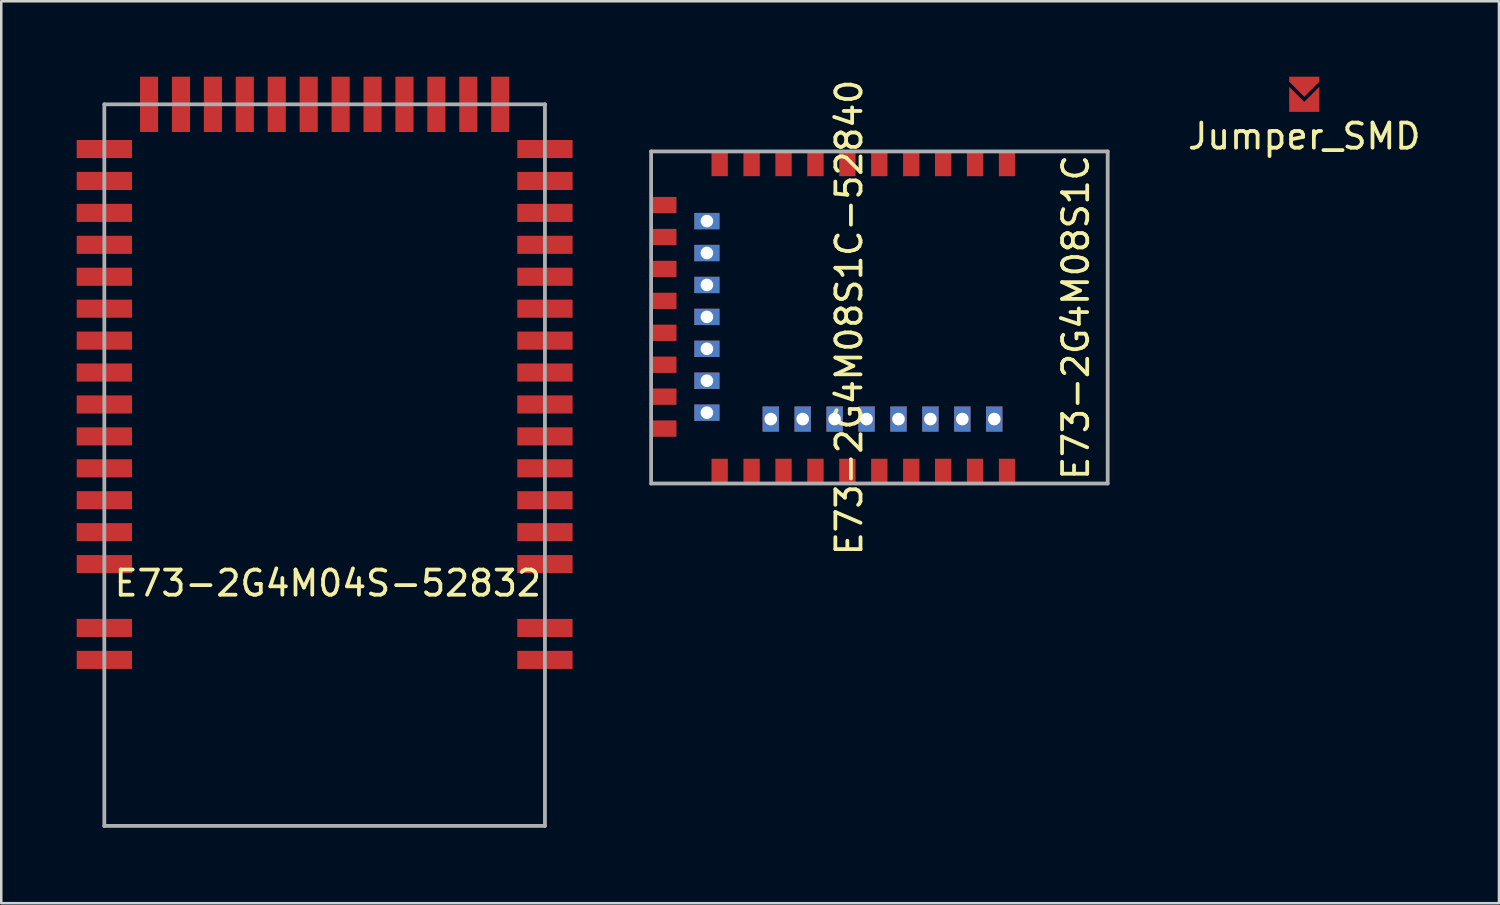
<source format=kicad_pcb>
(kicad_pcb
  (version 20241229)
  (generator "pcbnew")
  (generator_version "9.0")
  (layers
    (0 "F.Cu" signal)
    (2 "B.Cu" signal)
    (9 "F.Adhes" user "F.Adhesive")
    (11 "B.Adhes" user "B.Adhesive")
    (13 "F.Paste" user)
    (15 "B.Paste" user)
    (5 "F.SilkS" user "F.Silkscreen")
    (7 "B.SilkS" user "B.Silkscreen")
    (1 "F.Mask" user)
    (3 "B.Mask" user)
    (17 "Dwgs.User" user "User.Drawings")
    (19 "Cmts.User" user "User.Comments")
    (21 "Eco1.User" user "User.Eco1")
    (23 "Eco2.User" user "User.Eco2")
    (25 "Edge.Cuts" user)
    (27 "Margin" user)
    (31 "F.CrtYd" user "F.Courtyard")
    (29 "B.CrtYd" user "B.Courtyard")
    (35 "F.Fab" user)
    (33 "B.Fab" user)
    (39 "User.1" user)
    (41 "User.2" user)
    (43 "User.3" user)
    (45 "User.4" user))
  (footprint "E73-2G4M08S1C-52840"
    (layer "F.Cu")
    (at 22.976 9.578)
    (property "Reference" "E73-2G4M08S1C-52840" (at 7.747 -0.000467 270) (layer "F.SilkS") (effects (font (size 1 1) (thickness 0.15))))
    (attr through_hole)
    (fp_line (start -0.127 -6.604) (end -0.127 6.604) (stroke (width 0.15) (type solid)) (layer "F.Fab"))
    (fp_line (start -0.127 6.604) (end 18.034 6.604) (stroke (width 0.15) (type solid)) (layer "F.Fab"))
    (fp_line (start 18.034 -6.604) (end -0.127 -6.604) (stroke (width 0.15) (type solid)) (layer "F.Fab"))
    (fp_line (start 18.034 6.604) (end 18.034 -6.604) (stroke (width 0.15) (type solid)) (layer "F.Fab"))
    (fp_text user "E73-2G4M08S1C" (at 16.764 -0.000467 90) (layer "F.SilkS") (effects (font (size 1 1) (thickness 0.15))))
    (pad "1" smd rect (at 14.03 -6.119) (size 0.65 1) (layers "F.Cu" "F.Mask" "F.Paste"))
    (pad "2" smd rect (at 12.76 -6.119) (size 0.65 1) (layers "F.Cu" "F.Mask" "F.Paste"))
    (pad "3" smd rect (at 11.49 -6.119) (size 0.65 1) (layers "F.Cu" "F.Mask" "F.Paste"))
    (pad "4" smd rect (at 10.22 -6.119) (size 0.65 1) (layers "F.Cu" "F.Mask" "F.Paste"))
    (pad "5" smd rect (at 8.95 -6.119) (size 0.65 1) (layers "F.Cu" "F.Mask" "F.Paste"))
    (pad "6" smd rect (at 7.68 -6.119) (size 0.65 1) (layers "F.Cu" "F.Mask" "F.Paste"))
    (pad "7" smd rect (at 6.41 -6.119) (size 0.65 1) (layers "F.Cu" "F.Mask" "F.Paste"))
    (pad "8" smd rect (at 5.14 -6.119) (size 0.65 1) (layers "F.Cu" "F.Mask" "F.Paste"))
    (pad "9" smd rect (at 3.87 -6.119) (size 0.65 1) (layers "F.Cu" "F.Mask" "F.Paste"))
    (pad "10" smd rect (at 2.6 -6.119) (size 0.65 1) (layers "F.Cu" "F.Mask" "F.Paste"))
    (pad "11" smd rect (at 0.381 -4.47 90) (size 0.65 1) (layers "F.Cu" "F.Mask" "F.Paste"))
    (pad "12" thru_hole rect (at 2.092 -3.833 90) (size 0.65 1) (drill 0.5) (layers "*.Cu" "*.Mask"))
    (pad "13" smd rect (at 0.381 -3.2 90) (size 0.65 1) (layers "F.Cu" "F.Mask" "F.Paste"))
    (pad "14" thru_hole rect (at 2.092 -2.563 90) (size 0.65 1) (drill 0.5) (layers "*.Cu" "*.Mask"))
    (pad "15" smd rect (at 0.381 -1.93 90) (size 0.65 1) (layers "F.Cu" "F.Mask" "F.Paste"))
    (pad "16" thru_hole rect (at 2.092 -1.293 90) (size 0.65 1) (drill 0.5) (layers "*.Cu" "*.Mask"))
    (pad "17" smd rect (at 0.381 -0.66 90) (size 0.65 1) (layers "F.Cu" "F.Mask" "F.Paste"))
    (pad "18" thru_hole rect (at 2.092 -0.023 90) (size 0.65 1) (drill 0.5) (layers "*.Cu" "*.Mask"))
    (pad "19" smd rect (at 0.381 0.61 90) (size 0.65 1) (layers "F.Cu" "F.Mask" "F.Paste"))
    (pad "20" thru_hole rect (at 2.092 1.247 90) (size 0.65 1) (drill 0.5) (layers "*.Cu" "*.Mask"))
    (pad "21" smd rect (at 0.381 1.88 90) (size 0.65 1) (layers "F.Cu" "F.Mask" "F.Paste"))
    (pad "22" thru_hole rect (at 2.092 2.517 90) (size 0.65 1) (drill 0.5) (layers "*.Cu" "*.Mask"))
    (pad "23" smd rect (at 0.381 3.15 90) (size 0.65 1) (layers "F.Cu" "F.Mask" "F.Paste"))
    (pad "24" thru_hole rect (at 2.092 3.787 90) (size 0.65 1) (drill 0.5) (layers "*.Cu" "*.Mask"))
    (pad "25" smd rect (at 0.381 4.42 90) (size 0.65 1) (layers "F.Cu" "F.Mask" "F.Paste"))
    (pad "26" smd rect (at 2.6 6.119) (size 0.65 1) (layers "F.Cu" "F.Mask" "F.Paste"))
    (pad "27" smd rect (at 3.87 6.119) (size 0.65 1) (layers "F.Cu" "F.Mask" "F.Paste"))
    (pad "28" thru_hole rect (at 4.632 4.041) (size 0.65 1) (drill 0.5) (layers "*.Cu" "*.Mask"))
    (pad "29" smd rect (at 5.14 6.119) (size 0.65 1) (layers "F.Cu" "F.Mask" "F.Paste"))
    (pad "30" thru_hole rect (at 5.902 4.041) (size 0.65 1) (drill 0.5) (layers "*.Cu" "*.Mask"))
    (pad "31" smd rect (at 6.41 6.119) (size 0.65 1) (layers "F.Cu" "F.Mask" "F.Paste"))
    (pad "32" thru_hole rect (at 7.172 4.041) (size 0.65 1) (drill 0.5) (layers "*.Cu" "*.Mask"))
    (pad "33" smd rect (at 7.68 6.119) (size 0.65 1) (layers "F.Cu" "F.Mask" "F.Paste"))
    (pad "34" thru_hole rect (at 8.442 4.041) (size 0.65 1) (drill 0.5) (layers "*.Cu" "*.Mask"))
    (pad "35" smd rect (at 8.95 6.119) (size 0.65 1) (layers "F.Cu" "F.Mask" "F.Paste"))
    (pad "36" thru_hole rect (at 9.712 4.041) (size 0.65 1) (drill 0.5) (layers "*.Cu" "*.Mask"))
    (pad "37" smd rect (at 10.22 6.119) (size 0.65 1) (layers "F.Cu" "F.Mask" "F.Paste"))
    (pad "38" thru_hole rect (at 10.982 4.041) (size 0.65 1) (drill 0.5) (layers "*.Cu" "*.Mask"))
    (pad "39" smd rect (at 11.49 6.119) (size 0.65 1) (layers "F.Cu" "F.Mask" "F.Paste"))
    (pad "40" thru_hole rect (at 12.252 4.041) (size 0.65 1) (drill 0.5) (layers "*.Cu" "*.Mask"))
    (pad "41" smd rect (at 12.76 6.119) (size 0.65 1) (layers "F.Cu" "F.Mask" "F.Paste"))
    (pad "42" thru_hole rect (at 13.522 4.041) (size 0.65 1) (drill 0.5) (layers "*.Cu" "*.Mask"))
    (pad "43" smd rect (at 14.03 6.119) (size 0.65 1) (layers "F.Cu" "F.Mask" "F.Paste")))
  (footprint "Jumper_SMD"
    (layer "F.Cu")
    (at 48.829 0.5)
    (property "Reference" "Jumper_SMD" (at 0 1.87 0) (layer "F.SilkS") (effects (font (size 1 1) (thickness 0.15))))
    (attr through_hole)
    (pad "1" smd custom (at 0 -0.1) (size 0.1 0.1) (layers "F.Cu" "F.Mask") (options (anchor rect)) (primitives (gr_poly (pts (xy 0.6 -0.2) (xy 0 0.4) (xy -0.6 -0.2) (xy -0.6 -0.4) (xy 0.6 -0.4)) (width 0) (fill yes))))
    (pad "2" smd custom (at 0 0.8) (size 0.1 0.1) (layers "F.Cu" "F.Mask") (options (anchor rect)) (primitives (gr_poly (pts (xy 0.6 0.1) (xy -0.6 0.1) (xy -0.6 -0.9) (xy 0 -0.3) (xy 0.6 -0.9)) (width 0) (fill yes)))))
  (footprint "E73-2G4M04S-52832"
    (layer "F.Cu")
    (at 9.99 15.324)
    (property "Reference" "E73-2G4M04S-52832" (at 0 4.826 0) (layer "F.SilkS") (effects (font (size 1 1) (thickness 0.15))))
    (attr through_hole)
    (fp_line (start -8.89 -14.224) (end -8.89 14.478) (stroke (width 0.15) (type solid)) (layer "F.Fab"))
    (fp_line (start -8.89 -14.224) (end 8.636 -14.224) (stroke (width 0.15) (type solid)) (layer "F.Fab"))
    (fp_line (start -8.89 14.478) (end 8.636 14.478) (stroke (width 0.15) (type solid)) (layer "F.Fab"))
    (fp_line (start 8.636 -14.224) (end 8.636 14.478) (stroke (width 0.15) (type solid)) (layer "F.Fab"))
    (pad "0" smd rect (at 8.636 7.874) (size 2.2 0.72) (layers "F.Cu" "F.Mask" "F.Paste"))
    (pad "1" smd rect (at 8.636 6.604) (size 2.2 0.72) (layers "F.Cu" "F.Mask" "F.Paste"))
    (pad "2" smd rect (at 8.636 4.064) (size 2.2 0.72) (layers "F.Cu" "F.Mask" "F.Paste"))
    (pad "3" smd rect (at 8.636 2.794) (size 2.2 0.72) (layers "F.Cu" "F.Mask" "F.Paste"))
    (pad "4" smd rect (at 8.636 1.524) (size 2.2 0.72) (layers "F.Cu" "F.Mask" "F.Paste"))
    (pad "5" smd rect (at 8.636 0.254) (size 2.2 0.72) (layers "F.Cu" "F.Mask" "F.Paste"))
    (pad "6" smd rect (at 8.636 -1.016) (size 2.2 0.72) (layers "F.Cu" "F.Mask" "F.Paste"))
    (pad "7" smd rect (at 8.636 -2.286) (size 2.2 0.72) (layers "F.Cu" "F.Mask" "F.Paste"))
    (pad "8" smd rect (at 8.636 -3.556) (size 2.2 0.72) (layers "F.Cu" "F.Mask" "F.Paste"))
    (pad "9" smd rect (at 8.636 -4.826) (size 2.2 0.72) (layers "F.Cu" "F.Mask" "F.Paste"))
    (pad "10" smd rect (at 8.636 -6.096) (size 2.2 0.72) (layers "F.Cu" "F.Mask" "F.Paste"))
    (pad "11" smd rect (at 8.636 -7.366) (size 2.2 0.72) (layers "F.Cu" "F.Mask" "F.Paste"))
    (pad "12" smd rect (at 8.636 -8.636) (size 2.2 0.72) (layers "F.Cu" "F.Mask" "F.Paste"))
    (pad "13" smd rect (at 8.636 -9.906) (size 2.2 0.72) (layers "F.Cu" "F.Mask" "F.Paste"))
    (pad "14" smd rect (at 8.636 -11.176) (size 2.2 0.72) (layers "F.Cu" "F.Mask" "F.Paste"))
    (pad "15" smd rect (at 8.636 -12.446) (size 2.2 0.72) (layers "F.Cu" "F.Mask" "F.Paste"))
    (pad "16" smd rect (at 6.858 -14.224) (size 0.72 2.2) (layers "F.Cu" "F.Mask" "F.Paste"))
    (pad "17" smd rect (at 5.588 -14.224) (size 0.72 2.2) (layers "F.Cu" "F.Mask" "F.Paste"))
    (pad "18" smd rect (at 4.318 -14.224) (size 0.72 2.2) (layers "F.Cu" "F.Mask" "F.Paste"))
    (pad "19" smd rect (at 3.048 -14.224) (size 0.72 2.2) (layers "F.Cu" "F.Mask" "F.Paste"))
    (pad "20" smd rect (at 1.778 -14.224) (size 0.72 2.2) (layers "F.Cu" "F.Mask" "F.Paste"))
    (pad "21" smd rect (at 0.508 -14.224) (size 0.72 2.2) (layers "F.Cu" "F.Mask" "F.Paste"))
    (pad "22" smd rect (at -0.762 -14.224) (size 0.72 2.2) (layers "F.Cu" "F.Mask" "F.Paste"))
    (pad "23" smd rect (at -2.032 -14.224) (size 0.72 2.2) (layers "F.Cu" "F.Mask" "F.Paste"))
    (pad "24" smd rect (at -3.302 -14.224) (size 0.72 2.2) (layers "F.Cu" "F.Mask" "F.Paste"))
    (pad "25" smd rect (at -4.572 -14.224) (size 0.72 2.2) (layers "F.Cu" "F.Mask" "F.Paste"))
    (pad "26" smd rect (at -5.842 -14.224) (size 0.72 2.2) (layers "F.Cu" "F.Mask" "F.Paste"))
    (pad "27" smd rect (at -7.112 -14.224) (size 0.72 2.2) (layers "F.Cu" "F.Mask" "F.Paste"))
    (pad "28" smd rect (at -8.89 -12.446) (size 2.2 0.72) (layers "F.Cu" "F.Mask" "F.Paste"))
    (pad "29" smd rect (at -8.89 -11.176) (size 2.2 0.72) (layers "F.Cu" "F.Mask" "F.Paste"))
    (pad "30" smd rect (at -8.89 -9.906) (size 2.2 0.72) (layers "F.Cu" "F.Mask" "F.Paste"))
    (pad "31" smd rect (at -8.89 -8.636) (size 2.2 0.72) (layers "F.Cu" "F.Mask" "F.Paste"))
    (pad "32" smd rect (at -8.89 -7.366) (size 2.2 0.72) (layers "F.Cu" "F.Mask" "F.Paste"))
    (pad "33" smd rect (at -8.89 -6.096) (size 2.2 0.72) (layers "F.Cu" "F.Mask" "F.Paste"))
    (pad "34" smd rect (at -8.89 -4.826) (size 2.2 0.72) (layers "F.Cu" "F.Mask" "F.Paste"))
    (pad "35" smd rect (at -8.89 -3.556) (size 2.2 0.72) (layers "F.Cu" "F.Mask" "F.Paste"))
    (pad "36" smd rect (at -8.89 -2.286) (size 2.2 0.72) (layers "F.Cu" "F.Mask" "F.Paste"))
    (pad "37" smd rect (at -8.89 -1.016) (size 2.2 0.72) (layers "F.Cu" "F.Mask" "F.Paste"))
    (pad "38" smd rect (at -8.89 0.254) (size 2.2 0.72) (layers "F.Cu" "F.Mask" "F.Paste"))
    (pad "39" smd rect (at -8.89 1.524) (size 2.2 0.72) (layers "F.Cu" "F.Mask" "F.Paste"))
    (pad "40" smd rect (at -8.89 2.794) (size 2.2 0.72) (layers "F.Cu" "F.Mask" "F.Paste"))
    (pad "41" smd rect (at -8.89 4.064) (size 2.2 0.72) (layers "F.Cu" "F.Mask" "F.Paste"))
    (pad "42" smd rect (at -8.89 6.604) (size 2.2 0.72) (layers "F.Cu" "F.Mask" "F.Paste"))
    (pad "43" smd rect (at -8.89 7.874) (size 2.2 0.72) (layers "F.Cu" "F.Mask" "F.Paste")))
  (gr_rect
    (start -3 -3)
    (end 56.573 32.877)
    (stroke (width 0.1) (type default))
    (fill no)
    (layer "Edge.Cuts")))
</source>
